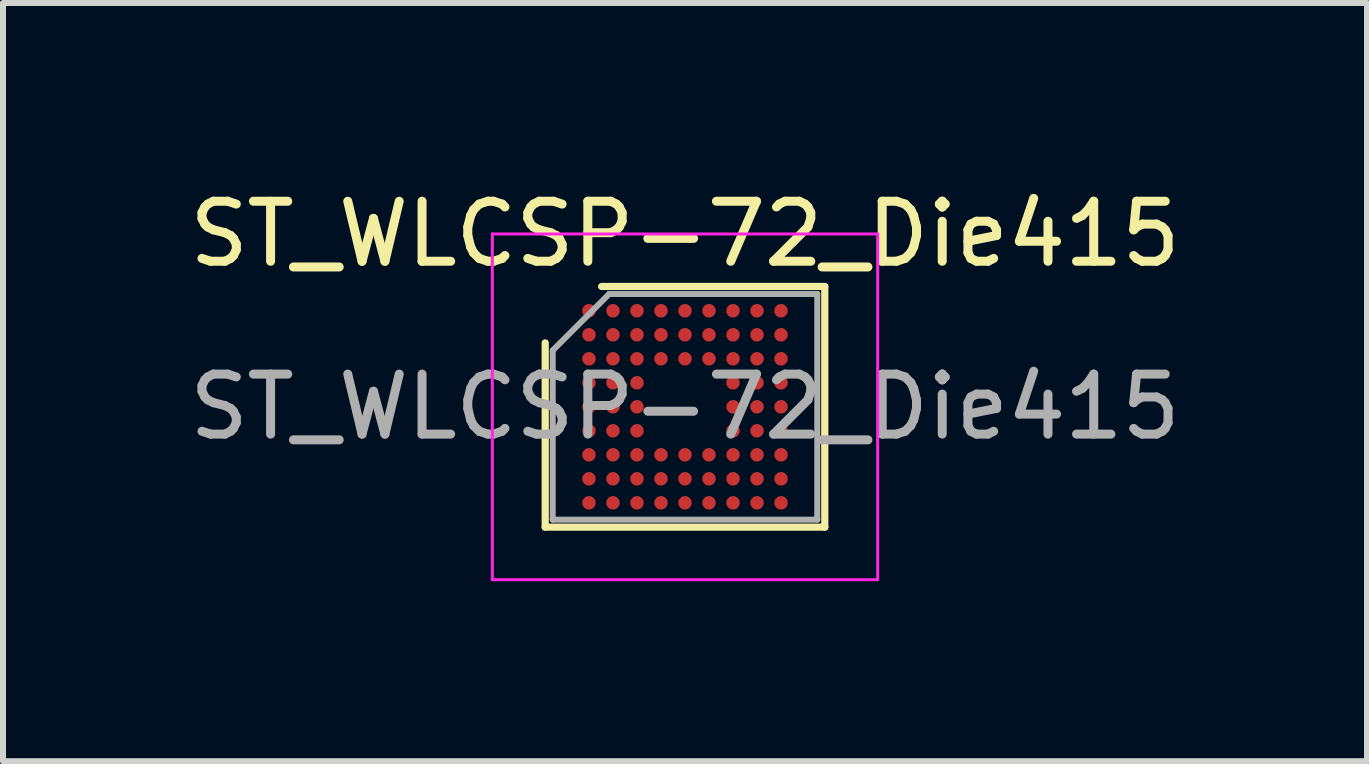
<source format=kicad_pcb>
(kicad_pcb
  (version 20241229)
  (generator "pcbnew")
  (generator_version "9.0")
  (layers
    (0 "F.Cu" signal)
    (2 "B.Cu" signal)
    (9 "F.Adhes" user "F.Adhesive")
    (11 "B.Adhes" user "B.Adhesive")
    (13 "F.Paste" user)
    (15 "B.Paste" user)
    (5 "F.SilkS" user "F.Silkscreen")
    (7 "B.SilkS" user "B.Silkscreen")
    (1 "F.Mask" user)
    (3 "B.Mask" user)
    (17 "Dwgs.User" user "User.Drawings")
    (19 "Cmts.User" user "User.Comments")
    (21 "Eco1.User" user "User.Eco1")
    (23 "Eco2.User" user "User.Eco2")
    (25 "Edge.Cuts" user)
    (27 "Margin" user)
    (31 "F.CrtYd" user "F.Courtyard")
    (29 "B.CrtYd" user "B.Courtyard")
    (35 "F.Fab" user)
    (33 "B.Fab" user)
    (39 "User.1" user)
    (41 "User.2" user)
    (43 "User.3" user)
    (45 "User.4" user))
  (footprint "ST_WLCSP-72_Die415"
    (layer "F.Cu")
    (at 8.363 3.728)
    (property "Reference" "ST_WLCSP-72_Die415" (at 0 -2.88 0) (layer "F.SilkS") (effects (font (size 1 1) (thickness 0.15))))
    (attr smd)
    (fp_line (start -2.329 2.005) (end -2.329 -1.065) (stroke (width 0.12) (type solid)) (layer "F.SilkS"))
    (fp_line (start -1.389 -2.005) (end 2.329 -2.005) (stroke (width 0.12) (type solid)) (layer "F.SilkS"))
    (fp_line (start 2.329 -2.005) (end 2.329 2.005) (stroke (width 0.12) (type solid)) (layer "F.SilkS"))
    (fp_line (start 2.329 2.005) (end -2.329 2.005) (stroke (width 0.12) (type solid)) (layer "F.SilkS"))
    (fp_line (start -3.21 -2.88) (end -3.21 2.88) (stroke (width 0.05) (type solid)) (layer "F.CrtYd"))
    (fp_line (start -3.21 2.88) (end 3.21 2.88) (stroke (width 0.05) (type solid)) (layer "F.CrtYd"))
    (fp_line (start 3.21 -2.88) (end -3.21 -2.88) (stroke (width 0.05) (type solid)) (layer "F.CrtYd"))
    (fp_line (start 3.21 2.88) (end 3.21 -2.88) (stroke (width 0.05) (type solid)) (layer "F.CrtYd"))
    (fp_line (start -2.204 -0.94) (end -1.264 -1.88) (stroke (width 0.1) (type solid)) (layer "F.Fab"))
    (fp_line (start -2.204 1.88) (end -2.204 -0.94) (stroke (width 0.1) (type solid)) (layer "F.Fab"))
    (fp_line (start -1.264 -1.88) (end 2.204 -1.88) (stroke (width 0.1) (type solid)) (layer "F.Fab"))
    (fp_line (start 2.204 -1.88) (end 2.204 1.88) (stroke (width 0.1) (type solid)) (layer "F.Fab"))
    (fp_line (start 2.204 1.88) (end -2.204 1.88) (stroke (width 0.1) (type solid)) (layer "F.Fab"))
    (fp_text user "${REFERENCE}" (at 0 0 0) (layer "F.Fab") (effects (font (size 1 1) (thickness 0.15))))
    (pad "A1" smd circle (at -1.6 -1.6) (size 0.225 0.225) (layers "F.Cu" "F.Mask" "F.Paste"))
    (pad "A2" smd circle (at -1.2 -1.6) (size 0.225 0.225) (layers "F.Cu" "F.Mask" "F.Paste"))
    (pad "A3" smd circle (at -0.8 -1.6) (size 0.225 0.225) (layers "F.Cu" "F.Mask" "F.Paste"))
    (pad "A4" smd circle (at -0.4 -1.6) (size 0.225 0.225) (layers "F.Cu" "F.Mask" "F.Paste"))
    (pad "A5" smd circle (at 0 -1.6) (size 0.225 0.225) (layers "F.Cu" "F.Mask" "F.Paste"))
    (pad "A6" smd circle (at 0.4 -1.6) (size 0.225 0.225) (layers "F.Cu" "F.Mask" "F.Paste"))
    (pad "A7" smd circle (at 0.8 -1.6) (size 0.225 0.225) (layers "F.Cu" "F.Mask" "F.Paste"))
    (pad "A8" smd circle (at 1.2 -1.6) (size 0.225 0.225) (layers "F.Cu" "F.Mask" "F.Paste"))
    (pad "A9" smd circle (at 1.6 -1.6) (size 0.225 0.225) (layers "F.Cu" "F.Mask" "F.Paste"))
    (pad "B1" smd circle (at -1.6 -1.2) (size 0.225 0.225) (layers "F.Cu" "F.Mask" "F.Paste"))
    (pad "B2" smd circle (at -1.2 -1.2) (size 0.225 0.225) (layers "F.Cu" "F.Mask" "F.Paste"))
    (pad "B3" smd circle (at -0.8 -1.2) (size 0.225 0.225) (layers "F.Cu" "F.Mask" "F.Paste"))
    (pad "B4" smd circle (at -0.4 -1.2) (size 0.225 0.225) (layers "F.Cu" "F.Mask" "F.Paste"))
    (pad "B5" smd circle (at 0 -1.2) (size 0.225 0.225) (layers "F.Cu" "F.Mask" "F.Paste"))
    (pad "B6" smd circle (at 0.4 -1.2) (size 0.225 0.225) (layers "F.Cu" "F.Mask" "F.Paste"))
    (pad "B7" smd circle (at 0.8 -1.2) (size 0.225 0.225) (layers "F.Cu" "F.Mask" "F.Paste"))
    (pad "B8" smd circle (at 1.2 -1.2) (size 0.225 0.225) (layers "F.Cu" "F.Mask" "F.Paste"))
    (pad "B9" smd circle (at 1.6 -1.2) (size 0.225 0.225) (layers "F.Cu" "F.Mask" "F.Paste"))
    (pad "C1" smd circle (at -1.6 -0.8) (size 0.225 0.225) (layers "F.Cu" "F.Mask" "F.Paste"))
    (pad "C2" smd circle (at -1.2 -0.8) (size 0.225 0.225) (layers "F.Cu" "F.Mask" "F.Paste"))
    (pad "C3" smd circle (at -0.8 -0.8) (size 0.225 0.225) (layers "F.Cu" "F.Mask" "F.Paste"))
    (pad "C4" smd circle (at -0.4 -0.8) (size 0.225 0.225) (layers "F.Cu" "F.Mask" "F.Paste"))
    (pad "C5" smd circle (at 0 -0.8) (size 0.225 0.225) (layers "F.Cu" "F.Mask" "F.Paste"))
    (pad "C6" smd circle (at 0.4 -0.8) (size 0.225 0.225) (layers "F.Cu" "F.Mask" "F.Paste"))
    (pad "C7" smd circle (at 0.8 -0.8) (size 0.225 0.225) (layers "F.Cu" "F.Mask" "F.Paste"))
    (pad "C8" smd circle (at 1.2 -0.8) (size 0.225 0.225) (layers "F.Cu" "F.Mask" "F.Paste"))
    (pad "C9" smd circle (at 1.6 -0.8) (size 0.225 0.225) (layers "F.Cu" "F.Mask" "F.Paste"))
    (pad "D1" smd circle (at -1.6 -0.4) (size 0.225 0.225) (layers "F.Cu" "F.Mask" "F.Paste"))
    (pad "D2" smd circle (at -1.2 -0.4) (size 0.225 0.225) (layers "F.Cu" "F.Mask" "F.Paste"))
    (pad "D3" smd circle (at -0.8 -0.4) (size 0.225 0.225) (layers "F.Cu" "F.Mask" "F.Paste"))
    (pad "D7" smd circle (at 0.8 -0.4) (size 0.225 0.225) (layers "F.Cu" "F.Mask" "F.Paste"))
    (pad "D8" smd circle (at 1.2 -0.4) (size 0.225 0.225) (layers "F.Cu" "F.Mask" "F.Paste"))
    (pad "D9" smd circle (at 1.6 -0.4) (size 0.225 0.225) (layers "F.Cu" "F.Mask" "F.Paste"))
    (pad "E1" smd circle (at -1.6 0) (size 0.225 0.225) (layers "F.Cu" "F.Mask" "F.Paste"))
    (pad "E2" smd circle (at -1.2 0) (size 0.225 0.225) (layers "F.Cu" "F.Mask" "F.Paste"))
    (pad "E3" smd circle (at -0.8 0) (size 0.225 0.225) (layers "F.Cu" "F.Mask" "F.Paste"))
    (pad "E7" smd circle (at 0.8 0) (size 0.225 0.225) (layers "F.Cu" "F.Mask" "F.Paste"))
    (pad "E8" smd circle (at 1.2 0) (size 0.225 0.225) (layers "F.Cu" "F.Mask" "F.Paste"))
    (pad "E9" smd circle (at 1.6 0) (size 0.225 0.225) (layers "F.Cu" "F.Mask" "F.Paste"))
    (pad "F1" smd circle (at -1.6 0.4) (size 0.225 0.225) (layers "F.Cu" "F.Mask" "F.Paste"))
    (pad "F2" smd circle (at -1.2 0.4) (size 0.225 0.225) (layers "F.Cu" "F.Mask" "F.Paste"))
    (pad "F3" smd circle (at -0.8 0.4) (size 0.225 0.225) (layers "F.Cu" "F.Mask" "F.Paste"))
    (pad "F7" smd circle (at 0.8 0.4) (size 0.225 0.225) (layers "F.Cu" "F.Mask" "F.Paste"))
    (pad "F8" smd circle (at 1.2 0.4) (size 0.225 0.225) (layers "F.Cu" "F.Mask" "F.Paste"))
    (pad "F9" smd circle (at 1.6 0.4) (size 0.225 0.225) (layers "F.Cu" "F.Mask" "F.Paste"))
    (pad "G1" smd circle (at -1.6 0.8) (size 0.225 0.225) (layers "F.Cu" "F.Mask" "F.Paste"))
    (pad "G2" smd circle (at -1.2 0.8) (size 0.225 0.225) (layers "F.Cu" "F.Mask" "F.Paste"))
    (pad "G3" smd circle (at -0.8 0.8) (size 0.225 0.225) (layers "F.Cu" "F.Mask" "F.Paste"))
    (pad "G4" smd circle (at -0.4 0.8) (size 0.225 0.225) (layers "F.Cu" "F.Mask" "F.Paste"))
    (pad "G5" smd circle (at 0 0.8) (size 0.225 0.225) (layers "F.Cu" "F.Mask" "F.Paste"))
    (pad "G6" smd circle (at 0.4 0.8) (size 0.225 0.225) (layers "F.Cu" "F.Mask" "F.Paste"))
    (pad "G7" smd circle (at 0.8 0.8) (size 0.225 0.225) (layers "F.Cu" "F.Mask" "F.Paste"))
    (pad "G8" smd circle (at 1.2 0.8) (size 0.225 0.225) (layers "F.Cu" "F.Mask" "F.Paste"))
    (pad "G9" smd circle (at 1.6 0.8) (size 0.225 0.225) (layers "F.Cu" "F.Mask" "F.Paste"))
    (pad "H1" smd circle (at -1.6 1.2) (size 0.225 0.225) (layers "F.Cu" "F.Mask" "F.Paste"))
    (pad "H2" smd circle (at -1.2 1.2) (size 0.225 0.225) (layers "F.Cu" "F.Mask" "F.Paste"))
    (pad "H3" smd circle (at -0.8 1.2) (size 0.225 0.225) (layers "F.Cu" "F.Mask" "F.Paste"))
    (pad "H4" smd circle (at -0.4 1.2) (size 0.225 0.225) (layers "F.Cu" "F.Mask" "F.Paste"))
    (pad "H5" smd circle (at 0 1.2) (size 0.225 0.225) (layers "F.Cu" "F.Mask" "F.Paste"))
    (pad "H6" smd circle (at 0.4 1.2) (size 0.225 0.225) (layers "F.Cu" "F.Mask" "F.Paste"))
    (pad "H7" smd circle (at 0.8 1.2) (size 0.225 0.225) (layers "F.Cu" "F.Mask" "F.Paste"))
    (pad "H8" smd circle (at 1.2 1.2) (size 0.225 0.225) (layers "F.Cu" "F.Mask" "F.Paste"))
    (pad "H9" smd circle (at 1.6 1.2) (size 0.225 0.225) (layers "F.Cu" "F.Mask" "F.Paste"))
    (pad "J1" smd circle (at -1.6 1.6) (size 0.225 0.225) (layers "F.Cu" "F.Mask" "F.Paste"))
    (pad "J2" smd circle (at -1.2 1.6) (size 0.225 0.225) (layers "F.Cu" "F.Mask" "F.Paste"))
    (pad "J3" smd circle (at -0.8 1.6) (size 0.225 0.225) (layers "F.Cu" "F.Mask" "F.Paste"))
    (pad "J4" smd circle (at -0.4 1.6) (size 0.225 0.225) (layers "F.Cu" "F.Mask" "F.Paste"))
    (pad "J5" smd circle (at 0 1.6) (size 0.225 0.225) (layers "F.Cu" "F.Mask" "F.Paste"))
    (pad "J6" smd circle (at 0.4 1.6) (size 0.225 0.225) (layers "F.Cu" "F.Mask" "F.Paste"))
    (pad "J7" smd circle (at 0.8 1.6) (size 0.225 0.225) (layers "F.Cu" "F.Mask" "F.Paste"))
    (pad "J8" smd circle (at 1.2 1.6) (size 0.225 0.225) (layers "F.Cu" "F.Mask" "F.Paste"))
    (pad "J9" smd circle (at 1.6 1.6) (size 0.225 0.225) (layers "F.Cu" "F.Mask" "F.Paste")))
  (gr_rect
    (start -3 -3)
    (end 19.726 9.633)
    (stroke (width 0.1) (type default))
    (fill no)
    (layer "Edge.Cuts")))
</source>
